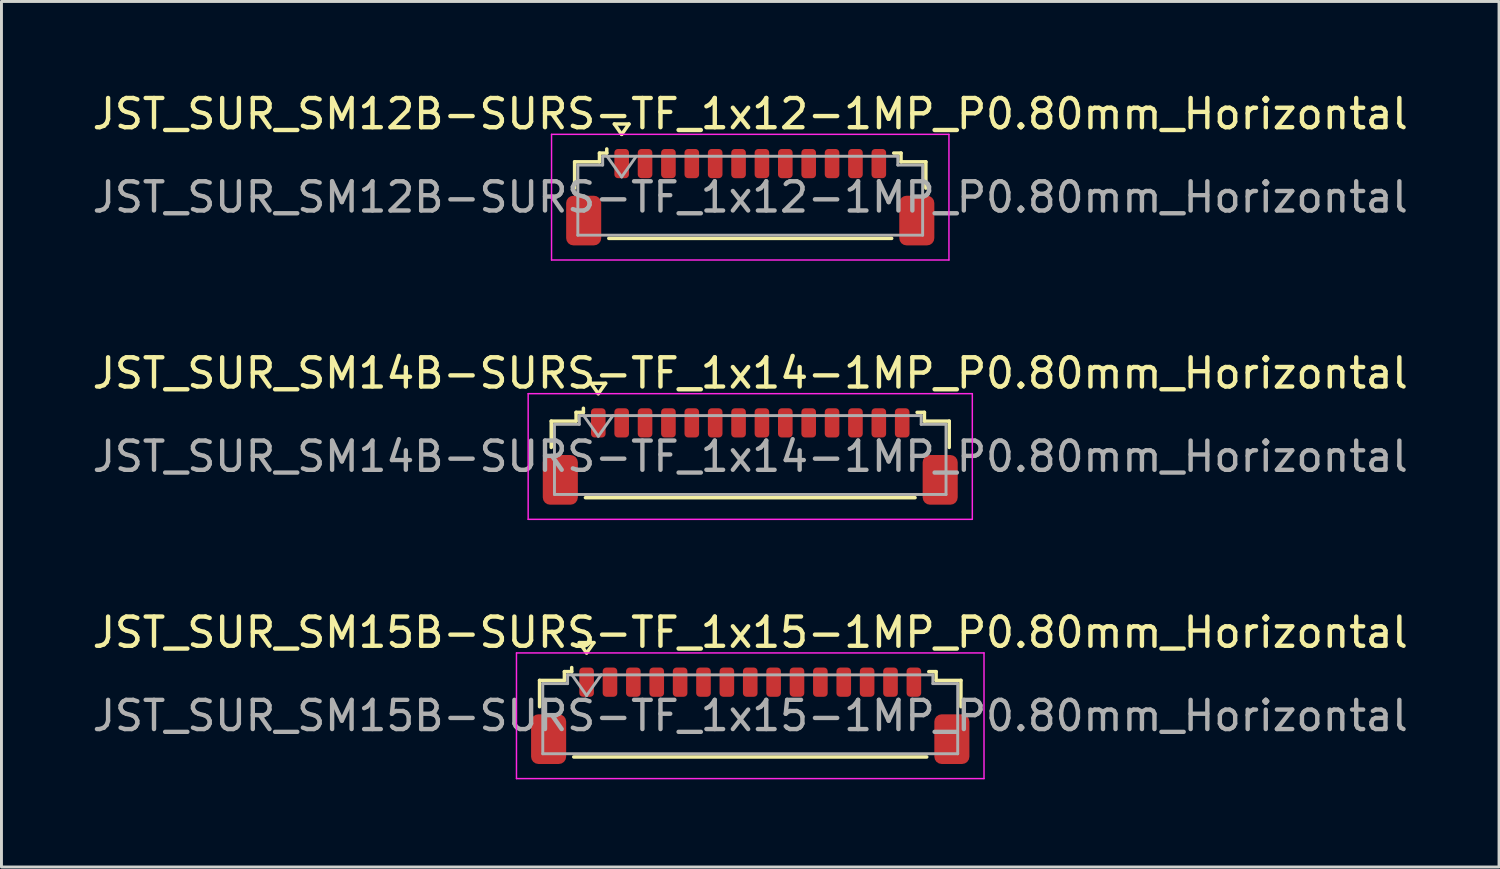
<source format=kicad_pcb>
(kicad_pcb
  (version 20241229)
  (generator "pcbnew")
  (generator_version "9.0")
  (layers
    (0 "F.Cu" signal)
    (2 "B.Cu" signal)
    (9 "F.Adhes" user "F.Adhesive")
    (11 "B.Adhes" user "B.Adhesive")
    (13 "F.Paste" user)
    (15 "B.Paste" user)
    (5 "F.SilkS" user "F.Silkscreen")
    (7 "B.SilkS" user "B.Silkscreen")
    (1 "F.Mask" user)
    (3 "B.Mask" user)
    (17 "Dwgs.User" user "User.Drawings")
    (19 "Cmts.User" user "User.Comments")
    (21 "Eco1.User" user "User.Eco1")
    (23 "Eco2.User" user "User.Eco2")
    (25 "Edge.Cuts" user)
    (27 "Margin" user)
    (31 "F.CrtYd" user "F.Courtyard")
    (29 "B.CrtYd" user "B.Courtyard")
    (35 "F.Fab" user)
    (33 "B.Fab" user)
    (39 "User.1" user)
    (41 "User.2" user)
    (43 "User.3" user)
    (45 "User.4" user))
  (footprint "JST_SUR_SM12B-SURS-TF_1x12-1MP_P0.80mm_Horizontal"
    (layer "F.Cu")
    (at 22.625 3.698)
    (property "Reference" "JST_SUR_SM12B-SURS-TF_1x12-1MP_P0.80mm_Horizontal" (at 0 -2.85 0) (layer "F.SilkS") (effects (font (size 1 1) (thickness 0.15))))
    (attr smd)
    (fp_line (start -6.01 -1.21) (end -5.16 -1.21) (stroke (width 0.12) (type solid)) (layer "F.SilkS"))
    (fp_line (start -6.01 -0.31) (end -6.01 -1.21) (stroke (width 0.12) (type solid)) (layer "F.SilkS"))
    (fp_line (start -5.16 -1.51) (end -4.91 -1.51) (stroke (width 0.12) (type solid)) (layer "F.SilkS"))
    (fp_line (start -5.16 -1.21) (end -5.16 -1.51) (stroke (width 0.12) (type solid)) (layer "F.SilkS"))
    (fp_line (start -4.91 -1.51) (end -4.91 -1.65) (stroke (width 0.12) (type solid)) (layer "F.SilkS"))
    (fp_line (start -4.84 1.41) (end 4.84 1.41) (stroke (width 0.12) (type solid)) (layer "F.SilkS"))
    (fp_line (start -4.65 -2.504) (end -4.4 -2.15) (stroke (width 0.12) (type solid)) (layer "F.SilkS"))
    (fp_line (start -4.4 -2.15) (end -4.15 -2.504) (stroke (width 0.12) (type solid)) (layer "F.SilkS"))
    (fp_line (start -4.15 -2.504) (end -4.65 -2.504) (stroke (width 0.12) (type solid)) (layer "F.SilkS"))
    (fp_line (start 5.16 -1.51) (end 4.91 -1.51) (stroke (width 0.12) (type solid)) (layer "F.SilkS"))
    (fp_line (start 5.16 -1.21) (end 5.16 -1.51) (stroke (width 0.12) (type solid)) (layer "F.SilkS"))
    (fp_line (start 6.01 -1.21) (end 5.16 -1.21) (stroke (width 0.12) (type solid)) (layer "F.SilkS"))
    (fp_line (start 6.01 -0.31) (end 6.01 -1.21) (stroke (width 0.12) (type solid)) (layer "F.SilkS"))
    (fp_line (start -6.8 -2.15) (end -6.8 2.15) (stroke (width 0.05) (type solid)) (layer "F.CrtYd"))
    (fp_line (start -6.8 2.15) (end 6.8 2.15) (stroke (width 0.05) (type solid)) (layer "F.CrtYd"))
    (fp_line (start 6.8 -2.15) (end -6.8 -2.15) (stroke (width 0.05) (type solid)) (layer "F.CrtYd"))
    (fp_line (start 6.8 2.15) (end 6.8 -2.15) (stroke (width 0.05) (type solid)) (layer "F.CrtYd"))
    (fp_line (start -5.9 -1.1) (end -5.9 1.3) (stroke (width 0.1) (type solid)) (layer "F.Fab"))
    (fp_line (start -5.9 -1.1) (end -5.05 -1.1) (stroke (width 0.1) (type solid)) (layer "F.Fab"))
    (fp_line (start -5.9 1.3) (end 5.9 1.3) (stroke (width 0.1) (type solid)) (layer "F.Fab"))
    (fp_line (start -5.05 -1.4) (end 5.05 -1.4) (stroke (width 0.1) (type solid)) (layer "F.Fab"))
    (fp_line (start -5.05 -1.1) (end -5.05 -1.4) (stroke (width 0.1) (type solid)) (layer "F.Fab"))
    (fp_line (start -4.9 -1.4) (end -4.4 -0.693) (stroke (width 0.1) (type solid)) (layer "F.Fab"))
    (fp_line (start -4.4 -0.693) (end -3.9 -1.4) (stroke (width 0.1) (type solid)) (layer "F.Fab"))
    (fp_line (start 5.05 -1.4) (end 5.05 -1.1) (stroke (width 0.1) (type solid)) (layer "F.Fab"))
    (fp_line (start 5.05 -1.1) (end 5.9 -1.1) (stroke (width 0.1) (type solid)) (layer "F.Fab"))
    (fp_line (start 5.9 -1.1) (end 5.9 1.3) (stroke (width 0.1) (type solid)) (layer "F.Fab"))
    (fp_text user "${REFERENCE}" (at 0 0 0) (layer "F.Fab") (effects (font (size 1 1) (thickness 0.15))))
    (pad "1" smd roundrect (at -4.4 -1.15) (size 0.5 1) (layers "F.Cu" "F.Mask" "F.Paste") (roundrect_rratio 0.25))
    (pad "2" smd roundrect (at -3.6 -1.15) (size 0.5 1) (layers "F.Cu" "F.Mask" "F.Paste") (roundrect_rratio 0.25))
    (pad "3" smd roundrect (at -2.8 -1.15) (size 0.5 1) (layers "F.Cu" "F.Mask" "F.Paste") (roundrect_rratio 0.25))
    (pad "4" smd roundrect (at -2 -1.15) (size 0.5 1) (layers "F.Cu" "F.Mask" "F.Paste") (roundrect_rratio 0.25))
    (pad "5" smd roundrect (at -1.2 -1.15) (size 0.5 1) (layers "F.Cu" "F.Mask" "F.Paste") (roundrect_rratio 0.25))
    (pad "6" smd roundrect (at -0.4 -1.15) (size 0.5 1) (layers "F.Cu" "F.Mask" "F.Paste") (roundrect_rratio 0.25))
    (pad "7" smd roundrect (at 0.4 -1.15) (size 0.5 1) (layers "F.Cu" "F.Mask" "F.Paste") (roundrect_rratio 0.25))
    (pad "8" smd roundrect (at 1.2 -1.15) (size 0.5 1) (layers "F.Cu" "F.Mask" "F.Paste") (roundrect_rratio 0.25))
    (pad "9" smd roundrect (at 2 -1.15) (size 0.5 1) (layers "F.Cu" "F.Mask" "F.Paste") (roundrect_rratio 0.25))
    (pad "10" smd roundrect (at 2.8 -1.15) (size 0.5 1) (layers "F.Cu" "F.Mask" "F.Paste") (roundrect_rratio 0.25))
    (pad "11" smd roundrect (at 3.6 -1.15) (size 0.5 1) (layers "F.Cu" "F.Mask" "F.Paste") (roundrect_rratio 0.25))
    (pad "12" smd roundrect (at 4.4 -1.15) (size 0.5 1) (layers "F.Cu" "F.Mask" "F.Paste") (roundrect_rratio 0.25))
    (pad "MP" smd roundrect (at -5.7 0.8) (size 1.2 1.7) (layers "F.Cu" "F.Mask" "F.Paste") (roundrect_rratio 0.208))
    (pad "MP" smd roundrect (at 5.7 0.8) (size 1.2 1.7) (layers "F.Cu" "F.Mask" "F.Paste") (roundrect_rratio 0.208)))
  (footprint "JST_SUR_SM15B-SURS-TF_1x15-1MP_P0.80mm_Horizontal"
    (layer "F.Cu")
    (at 22.625 21.445)
    (property "Reference" "JST_SUR_SM15B-SURS-TF_1x15-1MP_P0.80mm_Horizontal" (at 0 -2.85 0) (layer "F.SilkS") (effects (font (size 1 1) (thickness 0.15))))
    (attr smd)
    (fp_line (start -7.21 -1.21) (end -6.36 -1.21) (stroke (width 0.12) (type solid)) (layer "F.SilkS"))
    (fp_line (start -7.21 -0.31) (end -7.21 -1.21) (stroke (width 0.12) (type solid)) (layer "F.SilkS"))
    (fp_line (start -6.36 -1.51) (end -6.11 -1.51) (stroke (width 0.12) (type solid)) (layer "F.SilkS"))
    (fp_line (start -6.36 -1.21) (end -6.36 -1.51) (stroke (width 0.12) (type solid)) (layer "F.SilkS"))
    (fp_line (start -6.11 -1.51) (end -6.11 -1.65) (stroke (width 0.12) (type solid)) (layer "F.SilkS"))
    (fp_line (start -6.04 1.41) (end 6.04 1.41) (stroke (width 0.12) (type solid)) (layer "F.SilkS"))
    (fp_line (start -5.85 -2.504) (end -5.6 -2.15) (stroke (width 0.12) (type solid)) (layer "F.SilkS"))
    (fp_line (start -5.6 -2.15) (end -5.35 -2.504) (stroke (width 0.12) (type solid)) (layer "F.SilkS"))
    (fp_line (start -5.35 -2.504) (end -5.85 -2.504) (stroke (width 0.12) (type solid)) (layer "F.SilkS"))
    (fp_line (start 6.36 -1.51) (end 6.11 -1.51) (stroke (width 0.12) (type solid)) (layer "F.SilkS"))
    (fp_line (start 6.36 -1.21) (end 6.36 -1.51) (stroke (width 0.12) (type solid)) (layer "F.SilkS"))
    (fp_line (start 7.21 -1.21) (end 6.36 -1.21) (stroke (width 0.12) (type solid)) (layer "F.SilkS"))
    (fp_line (start 7.21 -0.31) (end 7.21 -1.21) (stroke (width 0.12) (type solid)) (layer "F.SilkS"))
    (fp_line (start -8 -2.15) (end -8 2.15) (stroke (width 0.05) (type solid)) (layer "F.CrtYd"))
    (fp_line (start -8 2.15) (end 8 2.15) (stroke (width 0.05) (type solid)) (layer "F.CrtYd"))
    (fp_line (start 8 -2.15) (end -8 -2.15) (stroke (width 0.05) (type solid)) (layer "F.CrtYd"))
    (fp_line (start 8 2.15) (end 8 -2.15) (stroke (width 0.05) (type solid)) (layer "F.CrtYd"))
    (fp_line (start -7.1 -1.1) (end -7.1 1.3) (stroke (width 0.1) (type solid)) (layer "F.Fab"))
    (fp_line (start -7.1 -1.1) (end -6.25 -1.1) (stroke (width 0.1) (type solid)) (layer "F.Fab"))
    (fp_line (start -7.1 1.3) (end 7.1 1.3) (stroke (width 0.1) (type solid)) (layer "F.Fab"))
    (fp_line (start -6.25 -1.4) (end 6.25 -1.4) (stroke (width 0.1) (type solid)) (layer "F.Fab"))
    (fp_line (start -6.25 -1.1) (end -6.25 -1.4) (stroke (width 0.1) (type solid)) (layer "F.Fab"))
    (fp_line (start -6.1 -1.4) (end -5.6 -0.693) (stroke (width 0.1) (type solid)) (layer "F.Fab"))
    (fp_line (start -5.6 -0.693) (end -5.1 -1.4) (stroke (width 0.1) (type solid)) (layer "F.Fab"))
    (fp_line (start 6.25 -1.4) (end 6.25 -1.1) (stroke (width 0.1) (type solid)) (layer "F.Fab"))
    (fp_line (start 6.25 -1.1) (end 7.1 -1.1) (stroke (width 0.1) (type solid)) (layer "F.Fab"))
    (fp_line (start 7.1 -1.1) (end 7.1 1.3) (stroke (width 0.1) (type solid)) (layer "F.Fab"))
    (fp_text user "${REFERENCE}" (at 0 0 0) (layer "F.Fab") (effects (font (size 1 1) (thickness 0.15))))
    (pad "1" smd roundrect (at -5.6 -1.15) (size 0.5 1) (layers "F.Cu" "F.Mask" "F.Paste") (roundrect_rratio 0.25))
    (pad "2" smd roundrect (at -4.8 -1.15) (size 0.5 1) (layers "F.Cu" "F.Mask" "F.Paste") (roundrect_rratio 0.25))
    (pad "3" smd roundrect (at -4 -1.15) (size 0.5 1) (layers "F.Cu" "F.Mask" "F.Paste") (roundrect_rratio 0.25))
    (pad "4" smd roundrect (at -3.2 -1.15) (size 0.5 1) (layers "F.Cu" "F.Mask" "F.Paste") (roundrect_rratio 0.25))
    (pad "5" smd roundrect (at -2.4 -1.15) (size 0.5 1) (layers "F.Cu" "F.Mask" "F.Paste") (roundrect_rratio 0.25))
    (pad "6" smd roundrect (at -1.6 -1.15) (size 0.5 1) (layers "F.Cu" "F.Mask" "F.Paste") (roundrect_rratio 0.25))
    (pad "7" smd roundrect (at -0.8 -1.15) (size 0.5 1) (layers "F.Cu" "F.Mask" "F.Paste") (roundrect_rratio 0.25))
    (pad "8" smd roundrect (at 0 -1.15) (size 0.5 1) (layers "F.Cu" "F.Mask" "F.Paste") (roundrect_rratio 0.25))
    (pad "9" smd roundrect (at 0.8 -1.15) (size 0.5 1) (layers "F.Cu" "F.Mask" "F.Paste") (roundrect_rratio 0.25))
    (pad "10" smd roundrect (at 1.6 -1.15) (size 0.5 1) (layers "F.Cu" "F.Mask" "F.Paste") (roundrect_rratio 0.25))
    (pad "11" smd roundrect (at 2.4 -1.15) (size 0.5 1) (layers "F.Cu" "F.Mask" "F.Paste") (roundrect_rratio 0.25))
    (pad "12" smd roundrect (at 3.2 -1.15) (size 0.5 1) (layers "F.Cu" "F.Mask" "F.Paste") (roundrect_rratio 0.25))
    (pad "13" smd roundrect (at 4 -1.15) (size 0.5 1) (layers "F.Cu" "F.Mask" "F.Paste") (roundrect_rratio 0.25))
    (pad "14" smd roundrect (at 4.8 -1.15) (size 0.5 1) (layers "F.Cu" "F.Mask" "F.Paste") (roundrect_rratio 0.25))
    (pad "15" smd roundrect (at 5.6 -1.15) (size 0.5 1) (layers "F.Cu" "F.Mask" "F.Paste") (roundrect_rratio 0.25))
    (pad "MP" smd roundrect (at -6.9 0.8) (size 1.2 1.7) (layers "F.Cu" "F.Mask" "F.Paste") (roundrect_rratio 0.208))
    (pad "MP" smd roundrect (at 6.9 0.8) (size 1.2 1.7) (layers "F.Cu" "F.Mask" "F.Paste") (roundrect_rratio 0.208)))
  (footprint "JST_SUR_SM14B-SURS-TF_1x14-1MP_P0.80mm_Horizontal"
    (layer "F.Cu")
    (at 22.625 12.572)
    (property "Reference" "JST_SUR_SM14B-SURS-TF_1x14-1MP_P0.80mm_Horizontal" (at 0 -2.85 0) (layer "F.SilkS") (effects (font (size 1 1) (thickness 0.15))))
    (attr smd)
    (fp_line (start -6.81 -1.21) (end -5.96 -1.21) (stroke (width 0.12) (type solid)) (layer "F.SilkS"))
    (fp_line (start -6.81 -0.31) (end -6.81 -1.21) (stroke (width 0.12) (type solid)) (layer "F.SilkS"))
    (fp_line (start -5.96 -1.51) (end -5.71 -1.51) (stroke (width 0.12) (type solid)) (layer "F.SilkS"))
    (fp_line (start -5.96 -1.21) (end -5.96 -1.51) (stroke (width 0.12) (type solid)) (layer "F.SilkS"))
    (fp_line (start -5.71 -1.51) (end -5.71 -1.65) (stroke (width 0.12) (type solid)) (layer "F.SilkS"))
    (fp_line (start -5.64 1.41) (end 5.64 1.41) (stroke (width 0.12) (type solid)) (layer "F.SilkS"))
    (fp_line (start -5.45 -2.504) (end -5.2 -2.15) (stroke (width 0.12) (type solid)) (layer "F.SilkS"))
    (fp_line (start -5.2 -2.15) (end -4.95 -2.504) (stroke (width 0.12) (type solid)) (layer "F.SilkS"))
    (fp_line (start -4.95 -2.504) (end -5.45 -2.504) (stroke (width 0.12) (type solid)) (layer "F.SilkS"))
    (fp_line (start 5.96 -1.51) (end 5.71 -1.51) (stroke (width 0.12) (type solid)) (layer "F.SilkS"))
    (fp_line (start 5.96 -1.21) (end 5.96 -1.51) (stroke (width 0.12) (type solid)) (layer "F.SilkS"))
    (fp_line (start 6.81 -1.21) (end 5.96 -1.21) (stroke (width 0.12) (type solid)) (layer "F.SilkS"))
    (fp_line (start 6.81 -0.31) (end 6.81 -1.21) (stroke (width 0.12) (type solid)) (layer "F.SilkS"))
    (fp_line (start -7.6 -2.15) (end -7.6 2.15) (stroke (width 0.05) (type solid)) (layer "F.CrtYd"))
    (fp_line (start -7.6 2.15) (end 7.6 2.15) (stroke (width 0.05) (type solid)) (layer "F.CrtYd"))
    (fp_line (start 7.6 -2.15) (end -7.6 -2.15) (stroke (width 0.05) (type solid)) (layer "F.CrtYd"))
    (fp_line (start 7.6 2.15) (end 7.6 -2.15) (stroke (width 0.05) (type solid)) (layer "F.CrtYd"))
    (fp_line (start -6.7 -1.1) (end -6.7 1.3) (stroke (width 0.1) (type solid)) (layer "F.Fab"))
    (fp_line (start -6.7 -1.1) (end -5.85 -1.1) (stroke (width 0.1) (type solid)) (layer "F.Fab"))
    (fp_line (start -6.7 1.3) (end 6.7 1.3) (stroke (width 0.1) (type solid)) (layer "F.Fab"))
    (fp_line (start -5.85 -1.4) (end 5.85 -1.4) (stroke (width 0.1) (type solid)) (layer "F.Fab"))
    (fp_line (start -5.85 -1.1) (end -5.85 -1.4) (stroke (width 0.1) (type solid)) (layer "F.Fab"))
    (fp_line (start -5.7 -1.4) (end -5.2 -0.693) (stroke (width 0.1) (type solid)) (layer "F.Fab"))
    (fp_line (start -5.2 -0.693) (end -4.7 -1.4) (stroke (width 0.1) (type solid)) (layer "F.Fab"))
    (fp_line (start 5.85 -1.4) (end 5.85 -1.1) (stroke (width 0.1) (type solid)) (layer "F.Fab"))
    (fp_line (start 5.85 -1.1) (end 6.7 -1.1) (stroke (width 0.1) (type solid)) (layer "F.Fab"))
    (fp_line (start 6.7 -1.1) (end 6.7 1.3) (stroke (width 0.1) (type solid)) (layer "F.Fab"))
    (fp_text user "${REFERENCE}" (at 0 0 0) (layer "F.Fab") (effects (font (size 1 1) (thickness 0.15))))
    (pad "1" smd roundrect (at -5.2 -1.15) (size 0.5 1) (layers "F.Cu" "F.Mask" "F.Paste") (roundrect_rratio 0.25))
    (pad "2" smd roundrect (at -4.4 -1.15) (size 0.5 1) (layers "F.Cu" "F.Mask" "F.Paste") (roundrect_rratio 0.25))
    (pad "3" smd roundrect (at -3.6 -1.15) (size 0.5 1) (layers "F.Cu" "F.Mask" "F.Paste") (roundrect_rratio 0.25))
    (pad "4" smd roundrect (at -2.8 -1.15) (size 0.5 1) (layers "F.Cu" "F.Mask" "F.Paste") (roundrect_rratio 0.25))
    (pad "5" smd roundrect (at -2 -1.15) (size 0.5 1) (layers "F.Cu" "F.Mask" "F.Paste") (roundrect_rratio 0.25))
    (pad "6" smd roundrect (at -1.2 -1.15) (size 0.5 1) (layers "F.Cu" "F.Mask" "F.Paste") (roundrect_rratio 0.25))
    (pad "7" smd roundrect (at -0.4 -1.15) (size 0.5 1) (layers "F.Cu" "F.Mask" "F.Paste") (roundrect_rratio 0.25))
    (pad "8" smd roundrect (at 0.4 -1.15) (size 0.5 1) (layers "F.Cu" "F.Mask" "F.Paste") (roundrect_rratio 0.25))
    (pad "9" smd roundrect (at 1.2 -1.15) (size 0.5 1) (layers "F.Cu" "F.Mask" "F.Paste") (roundrect_rratio 0.25))
    (pad "10" smd roundrect (at 2 -1.15) (size 0.5 1) (layers "F.Cu" "F.Mask" "F.Paste") (roundrect_rratio 0.25))
    (pad "11" smd roundrect (at 2.8 -1.15) (size 0.5 1) (layers "F.Cu" "F.Mask" "F.Paste") (roundrect_rratio 0.25))
    (pad "12" smd roundrect (at 3.6 -1.15) (size 0.5 1) (layers "F.Cu" "F.Mask" "F.Paste") (roundrect_rratio 0.25))
    (pad "13" smd roundrect (at 4.4 -1.15) (size 0.5 1) (layers "F.Cu" "F.Mask" "F.Paste") (roundrect_rratio 0.25))
    (pad "14" smd roundrect (at 5.2 -1.15) (size 0.5 1) (layers "F.Cu" "F.Mask" "F.Paste") (roundrect_rratio 0.25))
    (pad "MP" smd roundrect (at -6.5 0.8) (size 1.2 1.7) (layers "F.Cu" "F.Mask" "F.Paste") (roundrect_rratio 0.208))
    (pad "MP" smd roundrect (at 6.5 0.8) (size 1.2 1.7) (layers "F.Cu" "F.Mask" "F.Paste") (roundrect_rratio 0.208)))
  (gr_rect
    (start -3 -3)
    (end 48.25 26.62)
    (stroke (width 0.1) (type default))
    (fill no)
    (layer "Edge.Cuts")))
</source>
